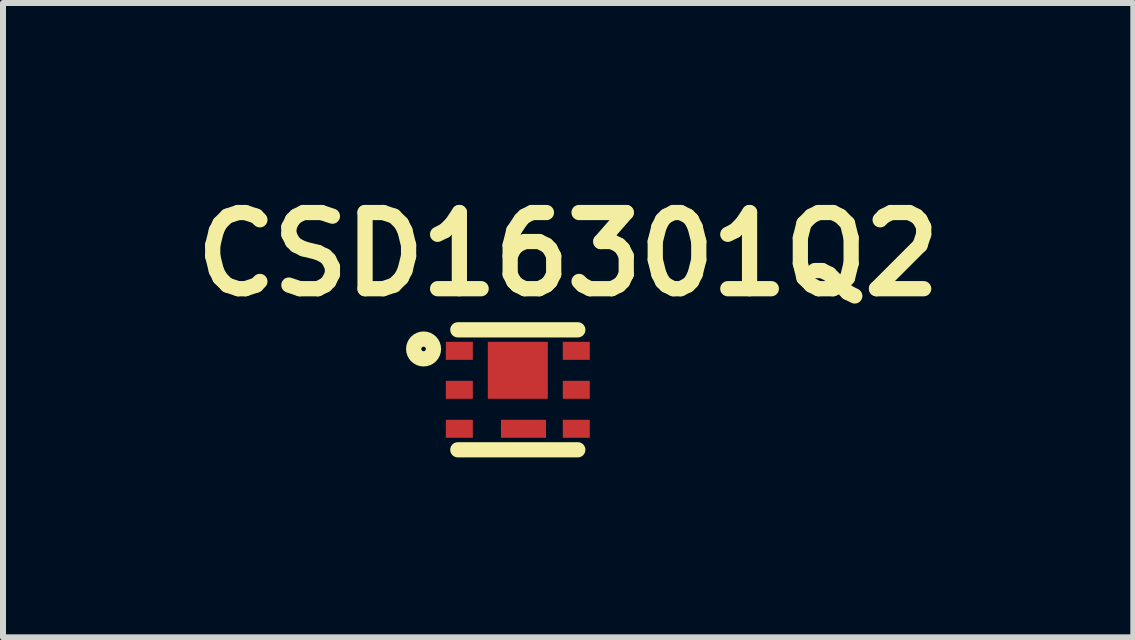
<source format=kicad_pcb>
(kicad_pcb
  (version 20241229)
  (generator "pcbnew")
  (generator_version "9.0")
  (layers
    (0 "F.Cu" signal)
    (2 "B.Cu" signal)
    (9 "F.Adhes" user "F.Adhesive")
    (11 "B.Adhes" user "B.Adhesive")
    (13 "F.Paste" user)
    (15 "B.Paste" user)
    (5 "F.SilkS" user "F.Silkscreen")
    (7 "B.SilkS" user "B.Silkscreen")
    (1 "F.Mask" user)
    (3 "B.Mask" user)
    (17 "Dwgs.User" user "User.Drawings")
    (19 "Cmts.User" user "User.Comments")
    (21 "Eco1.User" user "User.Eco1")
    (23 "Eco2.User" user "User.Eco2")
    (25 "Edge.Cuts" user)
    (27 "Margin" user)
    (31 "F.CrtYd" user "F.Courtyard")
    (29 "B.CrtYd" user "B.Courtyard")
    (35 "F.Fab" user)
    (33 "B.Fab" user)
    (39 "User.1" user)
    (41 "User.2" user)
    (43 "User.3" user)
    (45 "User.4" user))
  (footprint "CSD16301Q2"
    (layer "F.Cu")
    (at 5.583 3.449)
    (property "Reference" "CSD16301Q2" (at 0.84 -2.26 0) (layer "F.SilkS") (effects (font (size 1.27 1.27) (thickness 0.254))))
    (attr smd)
    (fp_line (start -1 -1) (end 1 -1) (stroke (width 0.254) (type solid)) (layer "F.SilkS"))
    (fp_line (start 1 1) (end -1 1) (stroke (width 0.254) (type solid)) (layer "F.SilkS"))
    (fp_circle (center -1.571 -0.681) (end -1.609 -0.681) (stroke (width 0.254) (type solid)) (fill no) (layer "F.SilkS"))
    (pad "1" smd rect (at -0.975 -0.65 90) (size 0.3 0.45) (layers "F.Cu" "F.Mask" "F.Paste"))
    (pad "2" smd rect (at -0.975 0 90) (size 0.3 0.45) (layers "F.Cu" "F.Mask" "F.Paste"))
    (pad "3" smd rect (at -0.975 0.65 90) (size 0.3 0.45) (layers "F.Cu" "F.Mask" "F.Paste"))
    (pad "4" smd rect (at 0.975 0.65 90) (size 0.3 0.45) (layers "F.Cu" "F.Mask" "F.Paste"))
    (pad "5" smd rect (at 0.975 0 90) (size 0.3 0.45) (layers "F.Cu" "F.Mask" "F.Paste"))
    (pad "6" smd rect (at 0.975 -0.65 90) (size 0.3 0.45) (layers "F.Cu" "F.Mask" "F.Paste"))
    (pad "7" smd rect (at 0.095 0.65 90) (size 0.3 0.75) (layers "F.Cu" "F.Mask" "F.Paste"))
    (pad "8" smd rect (at 0 -0.325 90) (size 0.95 1) (layers "F.Cu" "F.Mask" "F.Paste")))
  (gr_rect
    (start -3 -3)
    (end 15.845 7.576)
    (stroke (width 0.1) (type default))
    (fill no)
    (layer "Edge.Cuts")))
</source>
